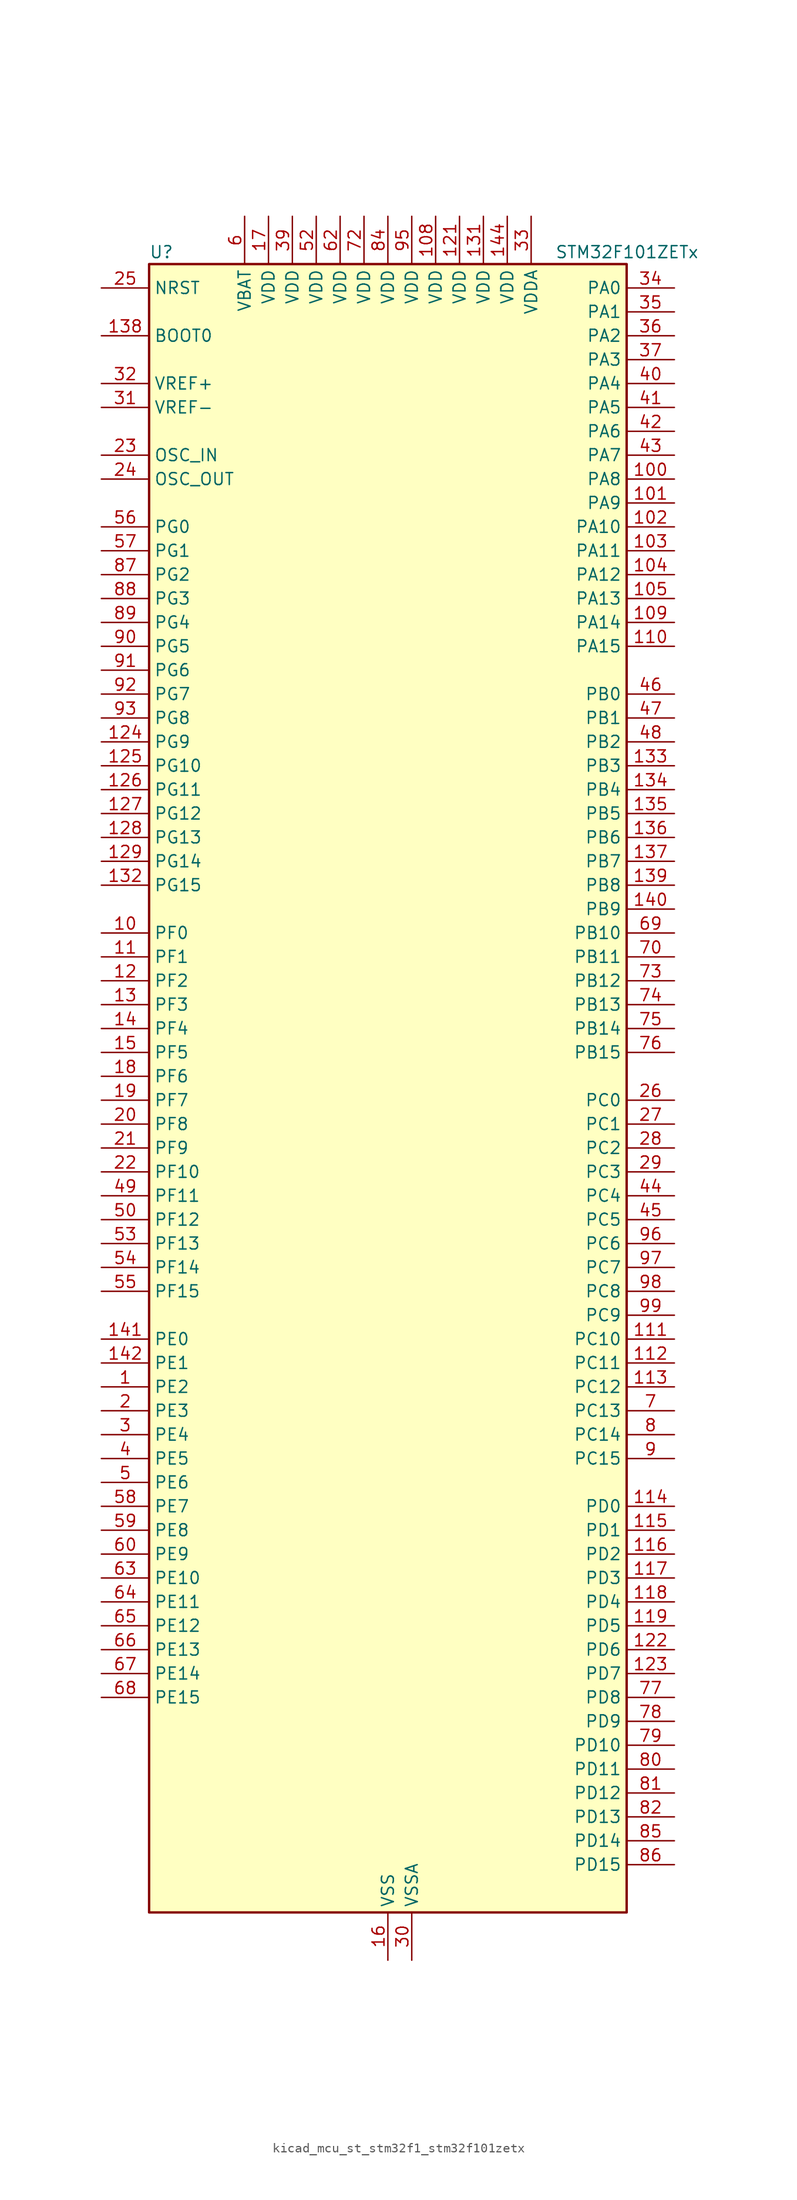
<source format=kicad_sym>
(kicad_symbol_lib
  (version 20220914)
  (generator kicad_symbol_editor)
  (symbol "kicad_mcu_st_stm32f1_stm32f101zetx"
    (property "Reference" "U"
      (at -25.4 90.17 0)
      (effects (font (size 1.27 1.27)) (justify left)))
    (property "Value" "STM32F101ZETx"
      (at 17.78 90.17 0)
      (effects (font (size 1.27 1.27)) (justify left)))
    (property "ki_locked" ""
      (at 0 0 0)
      (effects (font (size 1.27 1.27))))
    (symbol "kicad_mcu_st_stm32f1_stm32f101zetx_0_1"
      (rectangle (start -25.4 -86.36) (end 25.4 88.9) (stroke (width 0.254) (type default)) (fill (type background))))
    (symbol "kicad_mcu_st_stm32f1_stm32f101zetx_1_1"
      (pin bidirectional line (at -30.48 -30.48 0) (length 5.08) (name "PE2" (effects (font (size 1.27 1.27)))) (number "1" (effects (font (size 1.27 1.27)))) (alternate "FSMC_A23" bidirectional line) (alternate "SYS_TRACECLK" bidirectional line))
      (pin bidirectional line (at -30.48 17.78 0) (length 5.08) (name "PF0" (effects (font (size 1.27 1.27)))) (number "10" (effects (font (size 1.27 1.27)))) (alternate "FSMC_A0" bidirectional line))
      (pin bidirectional line (at 30.48 66.04 180) (length 5.08) (name "PA8" (effects (font (size 1.27 1.27)))) (number "100" (effects (font (size 1.27 1.27)))) (alternate "RCC_MCO" bidirectional line) (alternate "USART1_CK" bidirectional line))
      (pin bidirectional line (at 30.48 63.5 180) (length 5.08) (name "PA9" (effects (font (size 1.27 1.27)))) (number "101" (effects (font (size 1.27 1.27)))) (alternate "DAC_EXTI9" bidirectional line) (alternate "USART1_TX" bidirectional line))
      (pin bidirectional line (at 30.48 60.96 180) (length 5.08) (name "PA10" (effects (font (size 1.27 1.27)))) (number "102" (effects (font (size 1.27 1.27)))) (alternate "USART1_RX" bidirectional line))
      (pin bidirectional line (at 30.48 58.42 180) (length 5.08) (name "PA11" (effects (font (size 1.27 1.27)))) (number "103" (effects (font (size 1.27 1.27)))) (alternate "ADC1_EXTI11" bidirectional line) (alternate "USART1_CTS" bidirectional line))
      (pin bidirectional line (at 30.48 55.88 180) (length 5.08) (name "PA12" (effects (font (size 1.27 1.27)))) (number "104" (effects (font (size 1.27 1.27)))) (alternate "USART1_RTS" bidirectional line))
      (pin bidirectional line (at 30.48 53.34 180) (length 5.08) (name "PA13" (effects (font (size 1.27 1.27)))) (number "105" (effects (font (size 1.27 1.27)))) (alternate "SYS_JTMS-SWDIO" bidirectional line))
      (pin no_connect line (at -25.4 -86.36 0) (length 5.08) hide (name "NC" (effects (font (size 1.27 1.27)))) (number "106" (effects (font (size 1.27 1.27)))))
      (pin passive line (at 0 -91.44 90) (length 5.08) hide (name "VSS" (effects (font (size 1.27 1.27)))) (number "107" (effects (font (size 1.27 1.27)))))
      (pin power_in line (at 5.08 93.98 270) (length 5.08) (name "VDD" (effects (font (size 1.27 1.27)))) (number "108" (effects (font (size 1.27 1.27)))))
      (pin bidirectional line (at 30.48 50.8 180) (length 5.08) (name "PA14" (effects (font (size 1.27 1.27)))) (number "109" (effects (font (size 1.27 1.27)))) (alternate "SYS_JTCK-SWCLK" bidirectional line))
      (pin bidirectional line (at -30.48 15.24 0) (length 5.08) (name "PF1" (effects (font (size 1.27 1.27)))) (number "11" (effects (font (size 1.27 1.27)))) (alternate "FSMC_A1" bidirectional line))
      (pin bidirectional line (at 30.48 48.26 180) (length 5.08) (name "PA15" (effects (font (size 1.27 1.27)))) (number "110" (effects (font (size 1.27 1.27)))) (alternate "ADC1_EXTI15" bidirectional line) (alternate "SPI1_NSS" bidirectional line) (alternate "SPI3_NSS" bidirectional line) (alternate "SYS_JTDI" bidirectional line) (alternate "TIM2_CH1" bidirectional line) (alternate "TIM2_ETR" bidirectional line))
      (pin bidirectional line (at 30.48 -25.4 180) (length 5.08) (name "PC10" (effects (font (size 1.27 1.27)))) (number "111" (effects (font (size 1.27 1.27)))) (alternate "UART4_TX" bidirectional line) (alternate "USART3_TX" bidirectional line))
      (pin bidirectional line (at 30.48 -27.94 180) (length 5.08) (name "PC11" (effects (font (size 1.27 1.27)))) (number "112" (effects (font (size 1.27 1.27)))) (alternate "ADC1_EXTI11" bidirectional line) (alternate "UART4_RX" bidirectional line) (alternate "USART3_RX" bidirectional line))
      (pin bidirectional line (at 30.48 -30.48 180) (length 5.08) (name "PC12" (effects (font (size 1.27 1.27)))) (number "113" (effects (font (size 1.27 1.27)))) (alternate "UART5_TX" bidirectional line) (alternate "USART3_CK" bidirectional line))
      (pin bidirectional line (at 30.48 -43.18 180) (length 5.08) (name "PD0" (effects (font (size 1.27 1.27)))) (number "114" (effects (font (size 1.27 1.27)))) (alternate "FSMC_D2" bidirectional line) (alternate "FSMC_DA2" bidirectional line))
      (pin bidirectional line (at 30.48 -45.72 180) (length 5.08) (name "PD1" (effects (font (size 1.27 1.27)))) (number "115" (effects (font (size 1.27 1.27)))) (alternate "FSMC_D3" bidirectional line) (alternate "FSMC_DA3" bidirectional line))
      (pin bidirectional line (at 30.48 -48.26 180) (length 5.08) (name "PD2" (effects (font (size 1.27 1.27)))) (number "116" (effects (font (size 1.27 1.27)))) (alternate "TIM3_ETR" bidirectional line) (alternate "UART5_RX" bidirectional line))
      (pin bidirectional line (at 30.48 -50.8 180) (length 5.08) (name "PD3" (effects (font (size 1.27 1.27)))) (number "117" (effects (font (size 1.27 1.27)))) (alternate "FSMC_CLK" bidirectional line) (alternate "USART2_CTS" bidirectional line))
      (pin bidirectional line (at 30.48 -53.34 180) (length 5.08) (name "PD4" (effects (font (size 1.27 1.27)))) (number "118" (effects (font (size 1.27 1.27)))) (alternate "FSMC_NOE" bidirectional line) (alternate "USART2_RTS" bidirectional line))
      (pin bidirectional line (at 30.48 -55.88 180) (length 5.08) (name "PD5" (effects (font (size 1.27 1.27)))) (number "119" (effects (font (size 1.27 1.27)))) (alternate "FSMC_NWE" bidirectional line) (alternate "USART2_TX" bidirectional line))
      (pin bidirectional line (at -30.48 12.7 0) (length 5.08) (name "PF2" (effects (font (size 1.27 1.27)))) (number "12" (effects (font (size 1.27 1.27)))) (alternate "FSMC_A2" bidirectional line))
      (pin passive line (at 0 -91.44 90) (length 5.08) hide (name "VSS" (effects (font (size 1.27 1.27)))) (number "120" (effects (font (size 1.27 1.27)))))
      (pin power_in line (at 7.62 93.98 270) (length 5.08) (name "VDD" (effects (font (size 1.27 1.27)))) (number "121" (effects (font (size 1.27 1.27)))))
      (pin bidirectional line (at 30.48 -58.42 180) (length 5.08) (name "PD6" (effects (font (size 1.27 1.27)))) (number "122" (effects (font (size 1.27 1.27)))) (alternate "FSMC_NWAIT" bidirectional line) (alternate "USART2_RX" bidirectional line))
      (pin bidirectional line (at 30.48 -60.96 180) (length 5.08) (name "PD7" (effects (font (size 1.27 1.27)))) (number "123" (effects (font (size 1.27 1.27)))) (alternate "FSMC_NCE2" bidirectional line) (alternate "FSMC_NE1" bidirectional line) (alternate "USART2_CK" bidirectional line))
      (pin bidirectional line (at -30.48 38.1 0) (length 5.08) (name "PG9" (effects (font (size 1.27 1.27)))) (number "124" (effects (font (size 1.27 1.27)))) (alternate "DAC_EXTI9" bidirectional line) (alternate "FSMC_NCE3" bidirectional line) (alternate "FSMC_NE2" bidirectional line))
      (pin bidirectional line (at -30.48 35.56 0) (length 5.08) (name "PG10" (effects (font (size 1.27 1.27)))) (number "125" (effects (font (size 1.27 1.27)))) (alternate "FSMC_NCE4_1" bidirectional line) (alternate "FSMC_NE3" bidirectional line))
      (pin bidirectional line (at -30.48 33.02 0) (length 5.08) (name "PG11" (effects (font (size 1.27 1.27)))) (number "126" (effects (font (size 1.27 1.27)))) (alternate "ADC1_EXTI11" bidirectional line) (alternate "FSMC_NCE4_2" bidirectional line))
      (pin bidirectional line (at -30.48 30.48 0) (length 5.08) (name "PG12" (effects (font (size 1.27 1.27)))) (number "127" (effects (font (size 1.27 1.27)))) (alternate "FSMC_NE4" bidirectional line))
      (pin bidirectional line (at -30.48 27.94 0) (length 5.08) (name "PG13" (effects (font (size 1.27 1.27)))) (number "128" (effects (font (size 1.27 1.27)))) (alternate "FSMC_A24" bidirectional line))
      (pin bidirectional line (at -30.48 25.4 0) (length 5.08) (name "PG14" (effects (font (size 1.27 1.27)))) (number "129" (effects (font (size 1.27 1.27)))) (alternate "FSMC_A25" bidirectional line))
      (pin bidirectional line (at -30.48 10.16 0) (length 5.08) (name "PF3" (effects (font (size 1.27 1.27)))) (number "13" (effects (font (size 1.27 1.27)))) (alternate "FSMC_A3" bidirectional line))
      (pin passive line (at 0 -91.44 90) (length 5.08) hide (name "VSS" (effects (font (size 1.27 1.27)))) (number "130" (effects (font (size 1.27 1.27)))))
      (pin power_in line (at 10.16 93.98 270) (length 5.08) (name "VDD" (effects (font (size 1.27 1.27)))) (number "131" (effects (font (size 1.27 1.27)))))
      (pin bidirectional line (at -30.48 22.86 0) (length 5.08) (name "PG15" (effects (font (size 1.27 1.27)))) (number "132" (effects (font (size 1.27 1.27)))) (alternate "ADC1_EXTI15" bidirectional line))
      (pin bidirectional line (at 30.48 35.56 180) (length 5.08) (name "PB3" (effects (font (size 1.27 1.27)))) (number "133" (effects (font (size 1.27 1.27)))) (alternate "SPI1_SCK" bidirectional line) (alternate "SPI3_SCK" bidirectional line) (alternate "SYS_JTDO-TRACESWO" bidirectional line) (alternate "TIM2_CH2" bidirectional line))
      (pin bidirectional line (at 30.48 33.02 180) (length 5.08) (name "PB4" (effects (font (size 1.27 1.27)))) (number "134" (effects (font (size 1.27 1.27)))) (alternate "SPI1_MISO" bidirectional line) (alternate "SPI3_MISO" bidirectional line) (alternate "SYS_NJTRST" bidirectional line) (alternate "TIM3_CH1" bidirectional line))
      (pin bidirectional line (at 30.48 30.48 180) (length 5.08) (name "PB5" (effects (font (size 1.27 1.27)))) (number "135" (effects (font (size 1.27 1.27)))) (alternate "I2C1_SMBA" bidirectional line) (alternate "SPI1_MOSI" bidirectional line) (alternate "SPI3_MOSI" bidirectional line) (alternate "TIM3_CH2" bidirectional line))
      (pin bidirectional line (at 30.48 27.94 180) (length 5.08) (name "PB6" (effects (font (size 1.27 1.27)))) (number "136" (effects (font (size 1.27 1.27)))) (alternate "I2C1_SCL" bidirectional line) (alternate "TIM4_CH1" bidirectional line) (alternate "USART1_TX" bidirectional line))
      (pin bidirectional line (at 30.48 25.4 180) (length 5.08) (name "PB7" (effects (font (size 1.27 1.27)))) (number "137" (effects (font (size 1.27 1.27)))) (alternate "FSMC_NL" bidirectional line) (alternate "I2C1_SDA" bidirectional line) (alternate "TIM4_CH2" bidirectional line) (alternate "USART1_RX" bidirectional line))
      (pin input line (at -30.48 81.28 0) (length 5.08) (name "BOOT0" (effects (font (size 1.27 1.27)))) (number "138" (effects (font (size 1.27 1.27)))))
      (pin bidirectional line (at 30.48 22.86 180) (length 5.08) (name "PB8" (effects (font (size 1.27 1.27)))) (number "139" (effects (font (size 1.27 1.27)))) (alternate "I2C1_SCL" bidirectional line) (alternate "TIM4_CH3" bidirectional line))
      (pin bidirectional line (at -30.48 7.62 0) (length 5.08) (name "PF4" (effects (font (size 1.27 1.27)))) (number "14" (effects (font (size 1.27 1.27)))) (alternate "FSMC_A4" bidirectional line))
      (pin bidirectional line (at 30.48 20.32 180) (length 5.08) (name "PB9" (effects (font (size 1.27 1.27)))) (number "140" (effects (font (size 1.27 1.27)))) (alternate "DAC_EXTI9" bidirectional line) (alternate "I2C1_SDA" bidirectional line) (alternate "TIM4_CH4" bidirectional line))
      (pin bidirectional line (at -30.48 -25.4 0) (length 5.08) (name "PE0" (effects (font (size 1.27 1.27)))) (number "141" (effects (font (size 1.27 1.27)))) (alternate "FSMC_NBL0" bidirectional line) (alternate "TIM4_ETR" bidirectional line))
      (pin bidirectional line (at -30.48 -27.94 0) (length 5.08) (name "PE1" (effects (font (size 1.27 1.27)))) (number "142" (effects (font (size 1.27 1.27)))) (alternate "FSMC_NBL1" bidirectional line))
      (pin passive line (at 0 -91.44 90) (length 5.08) hide (name "VSS" (effects (font (size 1.27 1.27)))) (number "143" (effects (font (size 1.27 1.27)))))
      (pin power_in line (at 12.7 93.98 270) (length 5.08) (name "VDD" (effects (font (size 1.27 1.27)))) (number "144" (effects (font (size 1.27 1.27)))))
      (pin bidirectional line (at -30.48 5.08 0) (length 5.08) (name "PF5" (effects (font (size 1.27 1.27)))) (number "15" (effects (font (size 1.27 1.27)))) (alternate "FSMC_A5" bidirectional line))
      (pin power_in line (at 0 -91.44 90) (length 5.08) (name "VSS" (effects (font (size 1.27 1.27)))) (number "16" (effects (font (size 1.27 1.27)))))
      (pin power_in line (at -12.7 93.98 270) (length 5.08) (name "VDD" (effects (font (size 1.27 1.27)))) (number "17" (effects (font (size 1.27 1.27)))))
      (pin bidirectional line (at -30.48 2.54 0) (length 5.08) (name "PF6" (effects (font (size 1.27 1.27)))) (number "18" (effects (font (size 1.27 1.27)))) (alternate "FSMC_NIORD" bidirectional line))
      (pin bidirectional line (at -30.48 0 0) (length 5.08) (name "PF7" (effects (font (size 1.27 1.27)))) (number "19" (effects (font (size 1.27 1.27)))) (alternate "FSMC_NREG" bidirectional line))
      (pin bidirectional line (at -30.48 -33.02 0) (length 5.08) (name "PE3" (effects (font (size 1.27 1.27)))) (number "2" (effects (font (size 1.27 1.27)))) (alternate "FSMC_A19" bidirectional line) (alternate "SYS_TRACED0" bidirectional line))
      (pin bidirectional line (at -30.48 -2.54 0) (length 5.08) (name "PF8" (effects (font (size 1.27 1.27)))) (number "20" (effects (font (size 1.27 1.27)))) (alternate "FSMC_NIOWR" bidirectional line))
      (pin bidirectional line (at -30.48 -5.08 0) (length 5.08) (name "PF9" (effects (font (size 1.27 1.27)))) (number "21" (effects (font (size 1.27 1.27)))) (alternate "DAC_EXTI9" bidirectional line) (alternate "FSMC_CD" bidirectional line))
      (pin bidirectional line (at -30.48 -7.62 0) (length 5.08) (name "PF10" (effects (font (size 1.27 1.27)))) (number "22" (effects (font (size 1.27 1.27)))) (alternate "FSMC_INTR" bidirectional line))
      (pin input line (at -30.48 68.58 0) (length 5.08) (name "OSC_IN" (effects (font (size 1.27 1.27)))) (number "23" (effects (font (size 1.27 1.27)))) (alternate "RCC_OSC_IN" bidirectional line))
      (pin input line (at -30.48 66.04 0) (length 5.08) (name "OSC_OUT" (effects (font (size 1.27 1.27)))) (number "24" (effects (font (size 1.27 1.27)))) (alternate "RCC_OSC_OUT" bidirectional line))
      (pin input line (at -30.48 86.36 0) (length 5.08) (name "NRST" (effects (font (size 1.27 1.27)))) (number "25" (effects (font (size 1.27 1.27)))))
      (pin bidirectional line (at 30.48 0 180) (length 5.08) (name "PC0" (effects (font (size 1.27 1.27)))) (number "26" (effects (font (size 1.27 1.27)))) (alternate "ADC1_IN10" bidirectional line))
      (pin bidirectional line (at 30.48 -2.54 180) (length 5.08) (name "PC1" (effects (font (size 1.27 1.27)))) (number "27" (effects (font (size 1.27 1.27)))) (alternate "ADC1_IN11" bidirectional line))
      (pin bidirectional line (at 30.48 -5.08 180) (length 5.08) (name "PC2" (effects (font (size 1.27 1.27)))) (number "28" (effects (font (size 1.27 1.27)))) (alternate "ADC1_IN12" bidirectional line))
      (pin bidirectional line (at 30.48 -7.62 180) (length 5.08) (name "PC3" (effects (font (size 1.27 1.27)))) (number "29" (effects (font (size 1.27 1.27)))) (alternate "ADC1_IN13" bidirectional line))
      (pin bidirectional line (at -30.48 -35.56 0) (length 5.08) (name "PE4" (effects (font (size 1.27 1.27)))) (number "3" (effects (font (size 1.27 1.27)))) (alternate "FSMC_A20" bidirectional line) (alternate "SYS_TRACED1" bidirectional line))
      (pin power_in line (at 2.54 -91.44 90) (length 5.08) (name "VSSA" (effects (font (size 1.27 1.27)))) (number "30" (effects (font (size 1.27 1.27)))))
      (pin input line (at -30.48 73.66 0) (length 5.08) (name "VREF-" (effects (font (size 1.27 1.27)))) (number "31" (effects (font (size 1.27 1.27)))))
      (pin input line (at -30.48 76.2 0) (length 5.08) (name "VREF+" (effects (font (size 1.27 1.27)))) (number "32" (effects (font (size 1.27 1.27)))))
      (pin power_in line (at 15.24 93.98 270) (length 5.08) (name "VDDA" (effects (font (size 1.27 1.27)))) (number "33" (effects (font (size 1.27 1.27)))))
      (pin bidirectional line (at 30.48 86.36 180) (length 5.08) (name "PA0" (effects (font (size 1.27 1.27)))) (number "34" (effects (font (size 1.27 1.27)))) (alternate "ADC1_IN0" bidirectional line) (alternate "SYS_WKUP" bidirectional line) (alternate "TIM2_CH1" bidirectional line) (alternate "TIM2_ETR" bidirectional line) (alternate "TIM5_CH1" bidirectional line) (alternate "USART2_CTS" bidirectional line))
      (pin bidirectional line (at 30.48 83.82 180) (length 5.08) (name "PA1" (effects (font (size 1.27 1.27)))) (number "35" (effects (font (size 1.27 1.27)))) (alternate "ADC1_IN1" bidirectional line) (alternate "TIM2_CH2" bidirectional line) (alternate "TIM5_CH2" bidirectional line) (alternate "USART2_RTS" bidirectional line))
      (pin bidirectional line (at 30.48 81.28 180) (length 5.08) (name "PA2" (effects (font (size 1.27 1.27)))) (number "36" (effects (font (size 1.27 1.27)))) (alternate "ADC1_IN2" bidirectional line) (alternate "TIM2_CH3" bidirectional line) (alternate "TIM5_CH3" bidirectional line) (alternate "USART2_TX" bidirectional line))
      (pin bidirectional line (at 30.48 78.74 180) (length 5.08) (name "PA3" (effects (font (size 1.27 1.27)))) (number "37" (effects (font (size 1.27 1.27)))) (alternate "ADC1_IN3" bidirectional line) (alternate "TIM2_CH4" bidirectional line) (alternate "TIM5_CH4" bidirectional line) (alternate "USART2_RX" bidirectional line))
      (pin passive line (at 0 -91.44 90) (length 5.08) hide (name "VSS" (effects (font (size 1.27 1.27)))) (number "38" (effects (font (size 1.27 1.27)))))
      (pin power_in line (at -10.16 93.98 270) (length 5.08) (name "VDD" (effects (font (size 1.27 1.27)))) (number "39" (effects (font (size 1.27 1.27)))))
      (pin bidirectional line (at -30.48 -38.1 0) (length 5.08) (name "PE5" (effects (font (size 1.27 1.27)))) (number "4" (effects (font (size 1.27 1.27)))) (alternate "FSMC_A21" bidirectional line) (alternate "SYS_TRACED2" bidirectional line))
      (pin bidirectional line (at 30.48 76.2 180) (length 5.08) (name "PA4" (effects (font (size 1.27 1.27)))) (number "40" (effects (font (size 1.27 1.27)))) (alternate "ADC1_IN4" bidirectional line) (alternate "DAC_OUT1" bidirectional line) (alternate "SPI1_NSS" bidirectional line) (alternate "USART2_CK" bidirectional line))
      (pin bidirectional line (at 30.48 73.66 180) (length 5.08) (name "PA5" (effects (font (size 1.27 1.27)))) (number "41" (effects (font (size 1.27 1.27)))) (alternate "ADC1_IN5" bidirectional line) (alternate "DAC_OUT2" bidirectional line) (alternate "SPI1_SCK" bidirectional line))
      (pin bidirectional line (at 30.48 71.12 180) (length 5.08) (name "PA6" (effects (font (size 1.27 1.27)))) (number "42" (effects (font (size 1.27 1.27)))) (alternate "ADC1_IN6" bidirectional line) (alternate "SPI1_MISO" bidirectional line) (alternate "TIM3_CH1" bidirectional line))
      (pin bidirectional line (at 30.48 68.58 180) (length 5.08) (name "PA7" (effects (font (size 1.27 1.27)))) (number "43" (effects (font (size 1.27 1.27)))) (alternate "ADC1_IN7" bidirectional line) (alternate "SPI1_MOSI" bidirectional line) (alternate "TIM3_CH2" bidirectional line))
      (pin bidirectional line (at 30.48 -10.16 180) (length 5.08) (name "PC4" (effects (font (size 1.27 1.27)))) (number "44" (effects (font (size 1.27 1.27)))) (alternate "ADC1_IN14" bidirectional line))
      (pin bidirectional line (at 30.48 -12.7 180) (length 5.08) (name "PC5" (effects (font (size 1.27 1.27)))) (number "45" (effects (font (size 1.27 1.27)))) (alternate "ADC1_IN15" bidirectional line))
      (pin bidirectional line (at 30.48 43.18 180) (length 5.08) (name "PB0" (effects (font (size 1.27 1.27)))) (number "46" (effects (font (size 1.27 1.27)))) (alternate "ADC1_IN8" bidirectional line) (alternate "TIM3_CH3" bidirectional line))
      (pin bidirectional line (at 30.48 40.64 180) (length 5.08) (name "PB1" (effects (font (size 1.27 1.27)))) (number "47" (effects (font (size 1.27 1.27)))) (alternate "ADC1_IN9" bidirectional line) (alternate "TIM3_CH4" bidirectional line))
      (pin bidirectional line (at 30.48 38.1 180) (length 5.08) (name "PB2" (effects (font (size 1.27 1.27)))) (number "48" (effects (font (size 1.27 1.27)))))
      (pin bidirectional line (at -30.48 -10.16 0) (length 5.08) (name "PF11" (effects (font (size 1.27 1.27)))) (number "49" (effects (font (size 1.27 1.27)))) (alternate "ADC1_EXTI11" bidirectional line) (alternate "FSMC_NIOS16" bidirectional line))
      (pin bidirectional line (at -30.48 -40.64 0) (length 5.08) (name "PE6" (effects (font (size 1.27 1.27)))) (number "5" (effects (font (size 1.27 1.27)))) (alternate "FSMC_A22" bidirectional line) (alternate "SYS_TRACED3" bidirectional line))
      (pin bidirectional line (at -30.48 -12.7 0) (length 5.08) (name "PF12" (effects (font (size 1.27 1.27)))) (number "50" (effects (font (size 1.27 1.27)))) (alternate "FSMC_A6" bidirectional line))
      (pin passive line (at 0 -91.44 90) (length 5.08) hide (name "VSS" (effects (font (size 1.27 1.27)))) (number "51" (effects (font (size 1.27 1.27)))))
      (pin power_in line (at -7.62 93.98 270) (length 5.08) (name "VDD" (effects (font (size 1.27 1.27)))) (number "52" (effects (font (size 1.27 1.27)))))
      (pin bidirectional line (at -30.48 -15.24 0) (length 5.08) (name "PF13" (effects (font (size 1.27 1.27)))) (number "53" (effects (font (size 1.27 1.27)))) (alternate "FSMC_A7" bidirectional line))
      (pin bidirectional line (at -30.48 -17.78 0) (length 5.08) (name "PF14" (effects (font (size 1.27 1.27)))) (number "54" (effects (font (size 1.27 1.27)))) (alternate "FSMC_A8" bidirectional line))
      (pin bidirectional line (at -30.48 -20.32 0) (length 5.08) (name "PF15" (effects (font (size 1.27 1.27)))) (number "55" (effects (font (size 1.27 1.27)))) (alternate "ADC1_EXTI15" bidirectional line) (alternate "FSMC_A9" bidirectional line))
      (pin bidirectional line (at -30.48 60.96 0) (length 5.08) (name "PG0" (effects (font (size 1.27 1.27)))) (number "56" (effects (font (size 1.27 1.27)))) (alternate "FSMC_A10" bidirectional line))
      (pin bidirectional line (at -30.48 58.42 0) (length 5.08) (name "PG1" (effects (font (size 1.27 1.27)))) (number "57" (effects (font (size 1.27 1.27)))) (alternate "FSMC_A11" bidirectional line))
      (pin bidirectional line (at -30.48 -43.18 0) (length 5.08) (name "PE7" (effects (font (size 1.27 1.27)))) (number "58" (effects (font (size 1.27 1.27)))) (alternate "FSMC_D4" bidirectional line) (alternate "FSMC_DA4" bidirectional line))
      (pin bidirectional line (at -30.48 -45.72 0) (length 5.08) (name "PE8" (effects (font (size 1.27 1.27)))) (number "59" (effects (font (size 1.27 1.27)))) (alternate "FSMC_D5" bidirectional line) (alternate "FSMC_DA5" bidirectional line))
      (pin power_in line (at -15.24 93.98 270) (length 5.08) (name "VBAT" (effects (font (size 1.27 1.27)))) (number "6" (effects (font (size 1.27 1.27)))))
      (pin bidirectional line (at -30.48 -48.26 0) (length 5.08) (name "PE9" (effects (font (size 1.27 1.27)))) (number "60" (effects (font (size 1.27 1.27)))) (alternate "DAC_EXTI9" bidirectional line) (alternate "FSMC_D6" bidirectional line) (alternate "FSMC_DA6" bidirectional line))
      (pin passive line (at 0 -91.44 90) (length 5.08) hide (name "VSS" (effects (font (size 1.27 1.27)))) (number "61" (effects (font (size 1.27 1.27)))))
      (pin power_in line (at -5.08 93.98 270) (length 5.08) (name "VDD" (effects (font (size 1.27 1.27)))) (number "62" (effects (font (size 1.27 1.27)))))
      (pin bidirectional line (at -30.48 -50.8 0) (length 5.08) (name "PE10" (effects (font (size 1.27 1.27)))) (number "63" (effects (font (size 1.27 1.27)))) (alternate "FSMC_D7" bidirectional line) (alternate "FSMC_DA7" bidirectional line))
      (pin bidirectional line (at -30.48 -53.34 0) (length 5.08) (name "PE11" (effects (font (size 1.27 1.27)))) (number "64" (effects (font (size 1.27 1.27)))) (alternate "ADC1_EXTI11" bidirectional line) (alternate "FSMC_D8" bidirectional line) (alternate "FSMC_DA8" bidirectional line))
      (pin bidirectional line (at -30.48 -55.88 0) (length 5.08) (name "PE12" (effects (font (size 1.27 1.27)))) (number "65" (effects (font (size 1.27 1.27)))) (alternate "FSMC_D9" bidirectional line) (alternate "FSMC_DA9" bidirectional line))
      (pin bidirectional line (at -30.48 -58.42 0) (length 5.08) (name "PE13" (effects (font (size 1.27 1.27)))) (number "66" (effects (font (size 1.27 1.27)))) (alternate "FSMC_D10" bidirectional line) (alternate "FSMC_DA10" bidirectional line))
      (pin bidirectional line (at -30.48 -60.96 0) (length 5.08) (name "PE14" (effects (font (size 1.27 1.27)))) (number "67" (effects (font (size 1.27 1.27)))) (alternate "FSMC_D11" bidirectional line) (alternate "FSMC_DA11" bidirectional line))
      (pin bidirectional line (at -30.48 -63.5 0) (length 5.08) (name "PE15" (effects (font (size 1.27 1.27)))) (number "68" (effects (font (size 1.27 1.27)))) (alternate "ADC1_EXTI15" bidirectional line) (alternate "FSMC_D12" bidirectional line) (alternate "FSMC_DA12" bidirectional line))
      (pin bidirectional line (at 30.48 17.78 180) (length 5.08) (name "PB10" (effects (font (size 1.27 1.27)))) (number "69" (effects (font (size 1.27 1.27)))) (alternate "I2C2_SCL" bidirectional line) (alternate "TIM2_CH3" bidirectional line) (alternate "USART3_TX" bidirectional line))
      (pin bidirectional line (at 30.48 -33.02 180) (length 5.08) (name "PC13" (effects (font (size 1.27 1.27)))) (number "7" (effects (font (size 1.27 1.27)))) (alternate "RTC_OUT" bidirectional line) (alternate "RTC_TAMPER" bidirectional line))
      (pin bidirectional line (at 30.48 15.24 180) (length 5.08) (name "PB11" (effects (font (size 1.27 1.27)))) (number "70" (effects (font (size 1.27 1.27)))) (alternate "ADC1_EXTI11" bidirectional line) (alternate "I2C2_SDA" bidirectional line) (alternate "TIM2_CH4" bidirectional line) (alternate "USART3_RX" bidirectional line))
      (pin passive line (at 0 -91.44 90) (length 5.08) hide (name "VSS" (effects (font (size 1.27 1.27)))) (number "71" (effects (font (size 1.27 1.27)))))
      (pin power_in line (at -2.54 93.98 270) (length 5.08) (name "VDD" (effects (font (size 1.27 1.27)))) (number "72" (effects (font (size 1.27 1.27)))))
      (pin bidirectional line (at 30.48 12.7 180) (length 5.08) (name "PB12" (effects (font (size 1.27 1.27)))) (number "73" (effects (font (size 1.27 1.27)))) (alternate "I2C2_SMBA" bidirectional line) (alternate "SPI2_NSS" bidirectional line) (alternate "USART3_CK" bidirectional line))
      (pin bidirectional line (at 30.48 10.16 180) (length 5.08) (name "PB13" (effects (font (size 1.27 1.27)))) (number "74" (effects (font (size 1.27 1.27)))) (alternate "SPI2_SCK" bidirectional line) (alternate "USART3_CTS" bidirectional line))
      (pin bidirectional line (at 30.48 7.62 180) (length 5.08) (name "PB14" (effects (font (size 1.27 1.27)))) (number "75" (effects (font (size 1.27 1.27)))) (alternate "SPI2_MISO" bidirectional line) (alternate "USART3_RTS" bidirectional line))
      (pin bidirectional line (at 30.48 5.08 180) (length 5.08) (name "PB15" (effects (font (size 1.27 1.27)))) (number "76" (effects (font (size 1.27 1.27)))) (alternate "ADC1_EXTI15" bidirectional line) (alternate "SPI2_MOSI" bidirectional line))
      (pin bidirectional line (at 30.48 -63.5 180) (length 5.08) (name "PD8" (effects (font (size 1.27 1.27)))) (number "77" (effects (font (size 1.27 1.27)))) (alternate "FSMC_D13" bidirectional line) (alternate "FSMC_DA13" bidirectional line) (alternate "USART3_TX" bidirectional line))
      (pin bidirectional line (at 30.48 -66.04 180) (length 5.08) (name "PD9" (effects (font (size 1.27 1.27)))) (number "78" (effects (font (size 1.27 1.27)))) (alternate "DAC_EXTI9" bidirectional line) (alternate "FSMC_D14" bidirectional line) (alternate "FSMC_DA14" bidirectional line) (alternate "USART3_RX" bidirectional line))
      (pin bidirectional line (at 30.48 -68.58 180) (length 5.08) (name "PD10" (effects (font (size 1.27 1.27)))) (number "79" (effects (font (size 1.27 1.27)))) (alternate "FSMC_D15" bidirectional line) (alternate "FSMC_DA15" bidirectional line) (alternate "USART3_CK" bidirectional line))
      (pin bidirectional line (at 30.48 -35.56 180) (length 5.08) (name "PC14" (effects (font (size 1.27 1.27)))) (number "8" (effects (font (size 1.27 1.27)))) (alternate "RCC_OSC32_IN" bidirectional line))
      (pin bidirectional line (at 30.48 -71.12 180) (length 5.08) (name "PD11" (effects (font (size 1.27 1.27)))) (number "80" (effects (font (size 1.27 1.27)))) (alternate "ADC1_EXTI11" bidirectional line) (alternate "FSMC_A16" bidirectional line) (alternate "FSMC_CLE" bidirectional line) (alternate "USART3_CTS" bidirectional line))
      (pin bidirectional line (at 30.48 -73.66 180) (length 5.08) (name "PD12" (effects (font (size 1.27 1.27)))) (number "81" (effects (font (size 1.27 1.27)))) (alternate "FSMC_A17" bidirectional line) (alternate "FSMC_ALE" bidirectional line) (alternate "TIM4_CH1" bidirectional line) (alternate "USART3_RTS" bidirectional line))
      (pin bidirectional line (at 30.48 -76.2 180) (length 5.08) (name "PD13" (effects (font (size 1.27 1.27)))) (number "82" (effects (font (size 1.27 1.27)))) (alternate "FSMC_A18" bidirectional line) (alternate "TIM4_CH2" bidirectional line))
      (pin passive line (at 0 -91.44 90) (length 5.08) hide (name "VSS" (effects (font (size 1.27 1.27)))) (number "83" (effects (font (size 1.27 1.27)))))
      (pin power_in line (at 0 93.98 270) (length 5.08) (name "VDD" (effects (font (size 1.27 1.27)))) (number "84" (effects (font (size 1.27 1.27)))))
      (pin bidirectional line (at 30.48 -78.74 180) (length 5.08) (name "PD14" (effects (font (size 1.27 1.27)))) (number "85" (effects (font (size 1.27 1.27)))) (alternate "FSMC_D0" bidirectional line) (alternate "FSMC_DA0" bidirectional line) (alternate "TIM4_CH3" bidirectional line))
      (pin bidirectional line (at 30.48 -81.28 180) (length 5.08) (name "PD15" (effects (font (size 1.27 1.27)))) (number "86" (effects (font (size 1.27 1.27)))) (alternate "ADC1_EXTI15" bidirectional line) (alternate "FSMC_D1" bidirectional line) (alternate "FSMC_DA1" bidirectional line) (alternate "TIM4_CH4" bidirectional line))
      (pin bidirectional line (at -30.48 55.88 0) (length 5.08) (name "PG2" (effects (font (size 1.27 1.27)))) (number "87" (effects (font (size 1.27 1.27)))) (alternate "FSMC_A12" bidirectional line))
      (pin bidirectional line (at -30.48 53.34 0) (length 5.08) (name "PG3" (effects (font (size 1.27 1.27)))) (number "88" (effects (font (size 1.27 1.27)))) (alternate "FSMC_A13" bidirectional line))
      (pin bidirectional line (at -30.48 50.8 0) (length 5.08) (name "PG4" (effects (font (size 1.27 1.27)))) (number "89" (effects (font (size 1.27 1.27)))) (alternate "FSMC_A14" bidirectional line))
      (pin bidirectional line (at 30.48 -38.1 180) (length 5.08) (name "PC15" (effects (font (size 1.27 1.27)))) (number "9" (effects (font (size 1.27 1.27)))) (alternate "ADC1_EXTI15" bidirectional line) (alternate "RCC_OSC32_OUT" bidirectional line))
      (pin bidirectional line (at -30.48 48.26 0) (length 5.08) (name "PG5" (effects (font (size 1.27 1.27)))) (number "90" (effects (font (size 1.27 1.27)))) (alternate "FSMC_A15" bidirectional line))
      (pin bidirectional line (at -30.48 45.72 0) (length 5.08) (name "PG6" (effects (font (size 1.27 1.27)))) (number "91" (effects (font (size 1.27 1.27)))) (alternate "FSMC_INT2" bidirectional line))
      (pin bidirectional line (at -30.48 43.18 0) (length 5.08) (name "PG7" (effects (font (size 1.27 1.27)))) (number "92" (effects (font (size 1.27 1.27)))) (alternate "FSMC_INT3" bidirectional line))
      (pin bidirectional line (at -30.48 40.64 0) (length 5.08) (name "PG8" (effects (font (size 1.27 1.27)))) (number "93" (effects (font (size 1.27 1.27)))))
      (pin passive line (at 0 -91.44 90) (length 5.08) hide (name "VSS" (effects (font (size 1.27 1.27)))) (number "94" (effects (font (size 1.27 1.27)))))
      (pin power_in line (at 2.54 93.98 270) (length 5.08) (name "VDD" (effects (font (size 1.27 1.27)))) (number "95" (effects (font (size 1.27 1.27)))))
      (pin bidirectional line (at 30.48 -15.24 180) (length 5.08) (name "PC6" (effects (font (size 1.27 1.27)))) (number "96" (effects (font (size 1.27 1.27)))) (alternate "TIM3_CH1" bidirectional line))
      (pin bidirectional line (at 30.48 -17.78 180) (length 5.08) (name "PC7" (effects (font (size 1.27 1.27)))) (number "97" (effects (font (size 1.27 1.27)))) (alternate "TIM3_CH2" bidirectional line))
      (pin bidirectional line (at 30.48 -20.32 180) (length 5.08) (name "PC8" (effects (font (size 1.27 1.27)))) (number "98" (effects (font (size 1.27 1.27)))) (alternate "TIM3_CH3" bidirectional line))
      (pin bidirectional line (at 30.48 -22.86 180) (length 5.08) (name "PC9" (effects (font (size 1.27 1.27)))) (number "99" (effects (font (size 1.27 1.27)))) (alternate "DAC_EXTI9" bidirectional line) (alternate "TIM3_CH4" bidirectional line)))))
</source>
